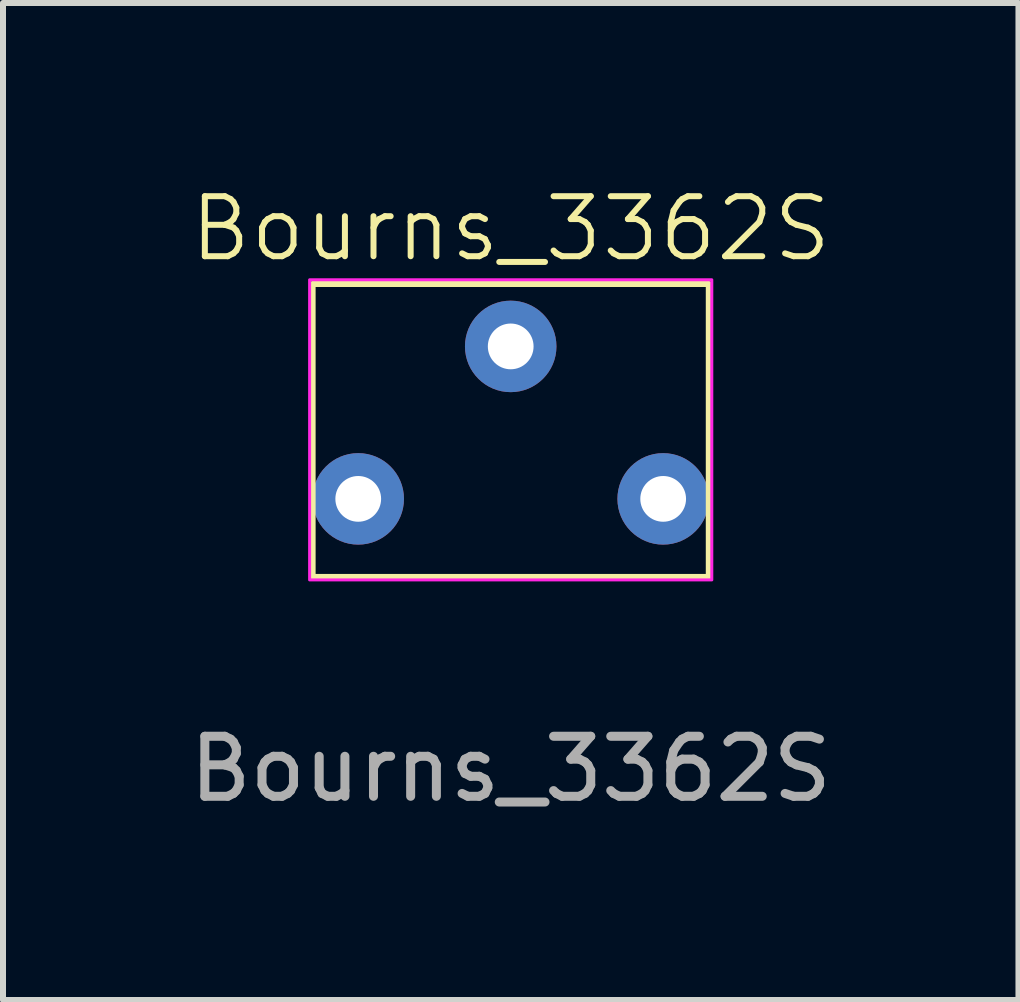
<source format=kicad_pcb>
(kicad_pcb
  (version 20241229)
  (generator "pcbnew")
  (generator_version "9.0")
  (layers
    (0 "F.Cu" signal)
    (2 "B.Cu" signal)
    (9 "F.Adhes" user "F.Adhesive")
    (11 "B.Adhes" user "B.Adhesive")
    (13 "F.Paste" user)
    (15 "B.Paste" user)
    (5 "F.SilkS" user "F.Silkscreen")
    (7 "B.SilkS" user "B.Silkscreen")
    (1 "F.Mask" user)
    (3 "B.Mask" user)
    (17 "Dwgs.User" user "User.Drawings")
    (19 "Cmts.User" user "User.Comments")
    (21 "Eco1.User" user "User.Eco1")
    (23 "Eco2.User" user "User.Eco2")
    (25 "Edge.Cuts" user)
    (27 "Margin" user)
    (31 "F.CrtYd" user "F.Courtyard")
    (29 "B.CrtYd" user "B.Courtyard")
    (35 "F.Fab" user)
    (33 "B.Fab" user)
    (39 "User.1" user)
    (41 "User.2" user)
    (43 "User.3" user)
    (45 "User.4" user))
  (footprint "Bourns_3362S"
    (layer "F.Cu")
    (at 5.458 5.261)
    (property "Reference" "Bourns_3362S" (at 0 -4.5 0) (unlocked yes) (layer "F.SilkS") (effects (font (size 1 1) (thickness 0.1))))
    (attr through_hole)
    (fp_rect (start -3.3 -3.58) (end 3.3 1.3) (stroke (width 0.1) (type default)) (fill no) (layer "F.SilkS"))
    (fp_rect (start -3.35 -3.65) (end 3.35 1.35) (stroke (width 0.05) (type default)) (fill no) (layer "F.CrtYd"))
    (fp_text user "${REFERENCE}" (at 0 4.5 0) (unlocked yes) (layer "F.Fab") (effects (font (size 1 1) (thickness 0.15))))
    (pad "1" thru_hole circle (at -2.54 0) (size 1.524 1.524) (drill 0.762) (layers "*.Cu" "*.Mask"))
    (pad "2" thru_hole circle (at 0 -2.54) (size 1.524 1.524) (drill 0.762) (layers "*.Cu" "*.Mask"))
    (pad "3" thru_hole circle (at 2.54 0) (size 1.524 1.524) (drill 0.762) (layers "*.Cu" "*.Mask")))
  (gr_rect
    (start -3 -3)
    (end 13.917 13.609)
    (stroke (width 0.1) (type default))
    (fill no)
    (layer "Edge.Cuts")))
</source>
